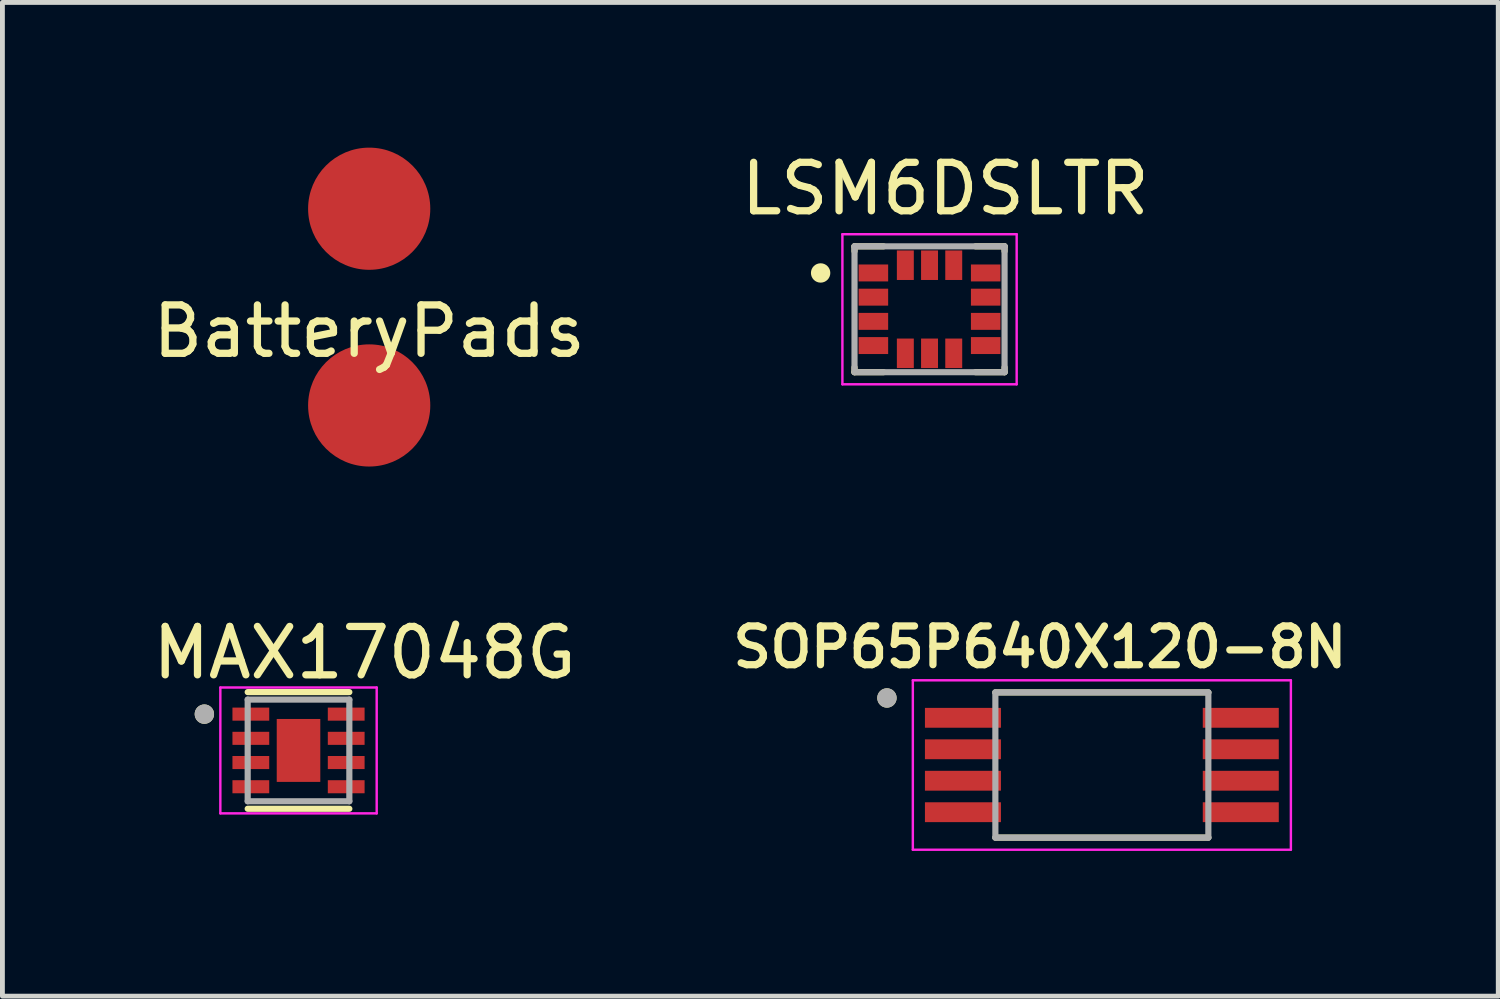
<source format=kicad_pcb>
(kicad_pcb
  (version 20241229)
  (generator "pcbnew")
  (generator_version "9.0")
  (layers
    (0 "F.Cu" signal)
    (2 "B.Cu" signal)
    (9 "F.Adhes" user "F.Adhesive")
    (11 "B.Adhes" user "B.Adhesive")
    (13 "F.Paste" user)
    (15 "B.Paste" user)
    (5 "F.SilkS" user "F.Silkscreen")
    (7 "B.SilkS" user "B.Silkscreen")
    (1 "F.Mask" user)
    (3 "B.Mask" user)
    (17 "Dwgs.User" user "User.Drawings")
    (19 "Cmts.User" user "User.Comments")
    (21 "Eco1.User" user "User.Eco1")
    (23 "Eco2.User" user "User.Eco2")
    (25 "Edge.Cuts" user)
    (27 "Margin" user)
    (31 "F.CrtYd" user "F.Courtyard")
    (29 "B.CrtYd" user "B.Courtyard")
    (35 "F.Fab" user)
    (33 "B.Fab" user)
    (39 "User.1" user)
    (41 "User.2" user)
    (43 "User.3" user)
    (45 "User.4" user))
  (footprint "BatteryPads"
    (layer "F.Cu")
    (at 4.577 3.294)
    (property "Reference" "BatteryPads" (at 0 0.5 0) (layer "F.SilkS") (effects (font (size 1 1) (thickness 0.15))))
    (attr through_hole)
    (pad "1" smd circle (at 0 -2.032) (size 2.524 2.524) (layers "F.Cu" "F.Mask" "F.Paste"))
    (pad "2" smd circle (at 0 2.032) (size 2.524 2.524) (layers "F.Cu" "F.Mask" "F.Paste")))
  (footprint "MAX17048G"
    (layer "F.Cu")
    (at 3.117 12.453)
    (property "Reference" "MAX17048G" (at 1.365 -2.017 0) (layer "F.SilkS") (effects (font (size 1 1) (thickness 0.15))))
    (attr through_hole)
    (fp_line (start -1.05 -1.205) (end 1.05 -1.205) (stroke (width 0.127) (type solid)) (layer "F.SilkS"))
    (fp_line (start -1.05 1.205) (end 1.05 1.205) (stroke (width 0.127) (type solid)) (layer "F.SilkS"))
    (fp_circle (center -1.945 -0.75) (end -1.845 -0.75) (stroke (width 0.2) (type solid)) (fill no) (layer "F.SilkS"))
    (fp_poly (pts (xy -0.28 -0.41) (xy 0.28 -0.41) (xy 0.28 0.41) (xy -0.28 0.41)) (stroke (width 0.01) (type solid)) (fill yes) (layer "F.Paste"))
    (fp_line (start -1.615 -1.3) (end -1.615 1.3) (stroke (width 0.05) (type solid)) (layer "F.CrtYd"))
    (fp_line (start -1.615 -1.3) (end 1.615 -1.3) (stroke (width 0.05) (type solid)) (layer "F.CrtYd"))
    (fp_line (start -1.615 1.3) (end 1.615 1.3) (stroke (width 0.05) (type solid)) (layer "F.CrtYd"))
    (fp_line (start 1.615 -1.3) (end 1.615 1.3) (stroke (width 0.05) (type solid)) (layer "F.CrtYd"))
    (fp_line (start -1.05 -1.05) (end -1.05 1.05) (stroke (width 0.127) (type solid)) (layer "F.Fab"))
    (fp_line (start -1.05 -1.05) (end 1.05 -1.05) (stroke (width 0.127) (type solid)) (layer "F.Fab"))
    (fp_line (start -1.05 1.05) (end 1.05 1.05) (stroke (width 0.127) (type solid)) (layer "F.Fab"))
    (fp_line (start 1.05 -1.05) (end 1.05 1.05) (stroke (width 0.127) (type solid)) (layer "F.Fab"))
    (fp_circle (center -1.945 -0.75) (end -1.845 -0.75) (stroke (width 0.2) (type solid)) (fill no) (layer "F.Fab"))
    (pad "1" smd rect (at -0.985 -0.75) (size 0.76 0.27) (layers "F.Cu" "F.Mask" "F.Paste"))
    (pad "2" smd rect (at -0.985 -0.25) (size 0.76 0.27) (layers "F.Cu" "F.Mask" "F.Paste"))
    (pad "3" smd rect (at -0.985 0.25) (size 0.76 0.27) (layers "F.Cu" "F.Mask" "F.Paste"))
    (pad "4" smd rect (at -0.985 0.75) (size 0.76 0.27) (layers "F.Cu" "F.Mask" "F.Paste"))
    (pad "5" smd rect (at 0.985 0.75) (size 0.76 0.27) (layers "F.Cu" "F.Mask" "F.Paste"))
    (pad "6" smd rect (at 0.985 0.25) (size 0.76 0.27) (layers "F.Cu" "F.Mask" "F.Paste"))
    (pad "7" smd rect (at 0.985 -0.25) (size 0.76 0.27) (layers "F.Cu" "F.Mask" "F.Paste"))
    (pad "8" smd rect (at 0.985 -0.75) (size 0.76 0.27) (layers "F.Cu" "F.Mask" "F.Paste"))
    (pad "9" smd rect (at 0 0) (size 0.9 1.3) (layers "F.Cu" "F.Mask")))
  (footprint "LSM6DSLTR"
    (layer "F.Cu")
    (at 16.153 3.339)
    (property "Reference" "LSM6DSLTR" (at 0.326 -2.49 0) (layer "F.SilkS") (effects (font (size 1.002 1.002) (thickness 0.15))))
    (attr through_hole)
    (fp_line (start -1.55 -1.2) (end -1.55 -1.3) (stroke (width 0.127) (type solid)) (layer "F.SilkS"))
    (fp_line (start -1.55 1.3) (end -1.55 1.2) (stroke (width 0.127) (type solid)) (layer "F.SilkS"))
    (fp_line (start -1.55 1.3) (end -0.95 1.3) (stroke (width 0.127) (type solid)) (layer "F.SilkS"))
    (fp_line (start -0.95 -1.3) (end -1.55 -1.3) (stroke (width 0.127) (type solid)) (layer "F.SilkS"))
    (fp_line (start 0.95 -1.3) (end 1.55 -1.3) (stroke (width 0.127) (type solid)) (layer "F.SilkS"))
    (fp_line (start 0.95 1.3) (end 1.55 1.3) (stroke (width 0.127) (type solid)) (layer "F.SilkS"))
    (fp_line (start 1.55 -1.2) (end 1.55 -1.3) (stroke (width 0.127) (type solid)) (layer "F.SilkS"))
    (fp_line (start 1.55 1.3) (end 1.55 1.2) (stroke (width 0.127) (type solid)) (layer "F.SilkS"))
    (fp_circle (center -2.25 -0.75) (end -2.15 -0.75) (stroke (width 0.2) (type solid)) (fill no) (layer "F.SilkS"))
    (fp_line (start -1.8 -1.55) (end 1.8 -1.55) (stroke (width 0.05) (type solid)) (layer "F.CrtYd"))
    (fp_line (start -1.8 1.55) (end -1.8 -1.55) (stroke (width 0.05) (type solid)) (layer "F.CrtYd"))
    (fp_line (start 1.8 -1.55) (end 1.8 1.55) (stroke (width 0.05) (type solid)) (layer "F.CrtYd"))
    (fp_line (start 1.8 1.55) (end -1.8 1.55) (stroke (width 0.05) (type solid)) (layer "F.CrtYd"))
    (fp_line (start -1.55 -1.3) (end 1.55 -1.3) (stroke (width 0.127) (type solid)) (layer "F.Fab"))
    (fp_line (start -1.55 1.3) (end -1.55 -1.3) (stroke (width 0.127) (type solid)) (layer "F.Fab"))
    (fp_line (start 1.55 -1.3) (end 1.55 1.3) (stroke (width 0.127) (type solid)) (layer "F.Fab"))
    (fp_line (start 1.55 1.3) (end -1.55 1.3) (stroke (width 0.127) (type solid)) (layer "F.Fab"))
    (pad "1" smd rect (at -1.16 -0.75) (size 0.61 0.35) (layers "F.Cu" "F.Mask" "F.Paste"))
    (pad "2" smd rect (at -1.16 -0.25) (size 0.61 0.35) (layers "F.Cu" "F.Mask" "F.Paste"))
    (pad "3" smd rect (at -1.16 0.25) (size 0.61 0.35) (layers "F.Cu" "F.Mask" "F.Paste"))
    (pad "4" smd rect (at -1.16 0.75) (size 0.61 0.35) (layers "F.Cu" "F.Mask" "F.Paste"))
    (pad "5" smd rect (at -0.5 0.91) (size 0.35 0.61) (layers "F.Cu" "F.Mask" "F.Paste"))
    (pad "6" smd rect (at 0 0.91) (size 0.35 0.61) (layers "F.Cu" "F.Mask" "F.Paste"))
    (pad "7" smd rect (at 0.5 0.91) (size 0.35 0.61) (layers "F.Cu" "F.Mask" "F.Paste"))
    (pad "8" smd rect (at 1.16 0.75) (size 0.61 0.35) (layers "F.Cu" "F.Mask" "F.Paste"))
    (pad "9" smd rect (at 1.16 0.25) (size 0.61 0.35) (layers "F.Cu" "F.Mask" "F.Paste"))
    (pad "10" smd rect (at 1.16 -0.25) (size 0.61 0.35) (layers "F.Cu" "F.Mask" "F.Paste"))
    (pad "11" smd rect (at 1.16 -0.75) (size 0.61 0.35) (layers "F.Cu" "F.Mask" "F.Paste"))
    (pad "12" smd rect (at 0.5 -0.91) (size 0.35 0.61) (layers "F.Cu" "F.Mask" "F.Paste"))
    (pad "13" smd rect (at 0 -0.91) (size 0.35 0.61) (layers "F.Cu" "F.Mask" "F.Paste"))
    (pad "14" smd rect (at -0.5 -0.91) (size 0.35 0.61) (layers "F.Cu" "F.Mask" "F.Paste")))
  (footprint "SOP65P640X120-8N"
    (layer "F.Cu")
    (at 19.713 12.754)
    (property "Reference" "SOP65P640X120-8N" (at -1.28 -2.435 0) (layer "F.SilkS") (effects (font (size 0.8 0.8) (thickness 0.15))))
    (attr through_hole)
    (fp_line (start -2.2 -1.5) (end 2.2 -1.5) (stroke (width 0.127) (type solid)) (layer "F.SilkS"))
    (fp_line (start -2.2 1.5) (end 2.2 1.5) (stroke (width 0.127) (type solid)) (layer "F.SilkS"))
    (fp_circle (center -4.44 -1.385) (end -4.34 -1.385) (stroke (width 0.2) (type solid)) (fill no) (layer "F.SilkS"))
    (fp_line (start -3.905 -1.75) (end -3.905 1.75) (stroke (width 0.05) (type solid)) (layer "F.CrtYd"))
    (fp_line (start -3.905 -1.75) (end 3.905 -1.75) (stroke (width 0.05) (type solid)) (layer "F.CrtYd"))
    (fp_line (start -3.905 1.75) (end 3.905 1.75) (stroke (width 0.05) (type solid)) (layer "F.CrtYd"))
    (fp_line (start 3.905 -1.75) (end 3.905 1.75) (stroke (width 0.05) (type solid)) (layer "F.CrtYd"))
    (fp_line (start -2.2 -1.5) (end -2.2 1.5) (stroke (width 0.127) (type solid)) (layer "F.Fab"))
    (fp_line (start -2.2 -1.5) (end 2.2 -1.5) (stroke (width 0.127) (type solid)) (layer "F.Fab"))
    (fp_line (start -2.2 1.5) (end 2.2 1.5) (stroke (width 0.127) (type solid)) (layer "F.Fab"))
    (fp_line (start 2.2 -1.5) (end 2.2 1.5) (stroke (width 0.127) (type solid)) (layer "F.Fab"))
    (fp_circle (center -4.44 -1.385) (end -4.34 -1.385) (stroke (width 0.2) (type solid)) (fill no) (layer "F.Fab"))
    (pad "1" smd rect (at -2.87 -0.975) (size 1.57 0.41) (layers "F.Cu" "F.Mask" "F.Paste"))
    (pad "2" smd rect (at -2.87 -0.325) (size 1.57 0.41) (layers "F.Cu" "F.Mask" "F.Paste"))
    (pad "3" smd rect (at -2.87 0.325) (size 1.57 0.41) (layers "F.Cu" "F.Mask" "F.Paste"))
    (pad "4" smd rect (at -2.87 0.975) (size 1.57 0.41) (layers "F.Cu" "F.Mask" "F.Paste"))
    (pad "5" smd rect (at 2.87 0.975) (size 1.57 0.41) (layers "F.Cu" "F.Mask" "F.Paste"))
    (pad "6" smd rect (at 2.87 0.325) (size 1.57 0.41) (layers "F.Cu" "F.Mask" "F.Paste"))
    (pad "7" smd rect (at 2.87 -0.325) (size 1.57 0.41) (layers "F.Cu" "F.Mask" "F.Paste"))
    (pad "8" smd rect (at 2.87 -0.975) (size 1.57 0.41) (layers "F.Cu" "F.Mask" "F.Paste")))
  (gr_rect
    (start -3 -3)
    (end 27.902 17.529)
    (stroke (width 0.1) (type default))
    (fill no)
    (layer "Edge.Cuts")))
</source>
